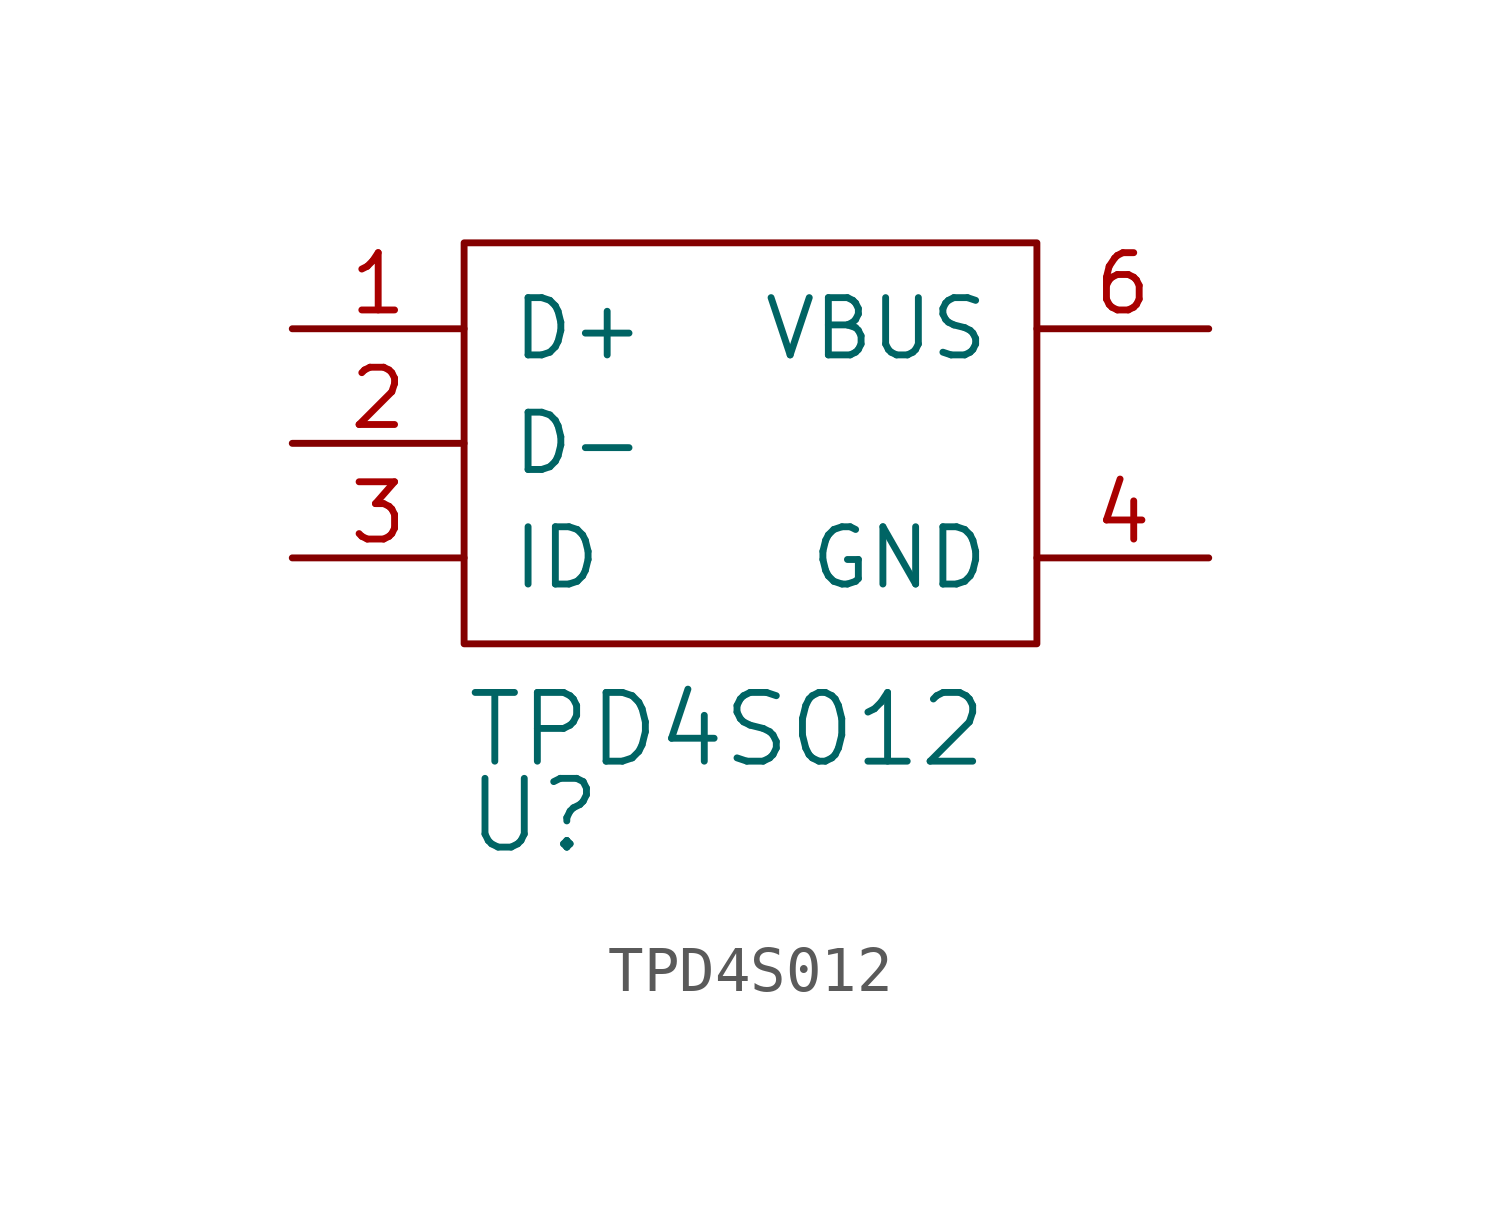
<source format=kicad_sym>
(kicad_symbol_lib
  (version 20211014)
  (generator kicad_symbol_editor)
  (symbol "TPD4S012"
    (pin_names
      (offset 1.016))
    (property "Reference" "U"
      (at -6.35 -8.255 0)
      (effects (font (size 1.524 1.524)) (justify left)))
    (property "Value" "TPD4S012"
      (at -6.35 -6.35 0)
      (effects (font (size 1.524 1.524)) (justify left)))
    (symbol "TPD4S012_0_1"
      (rectangle (start -6.35 4.445) (end 6.35 -4.445) (stroke (width 0) (type default) (color 0 0 0 0)) (fill (type none))))
    (symbol "TPD4S012_1_1"
      (pin passive line (at -10.16 2.54 0) (length 3.81) (name "D+" (effects (font (size 1.27 1.27)))) (number "1" (effects (font (size 1.27 1.27)))))
      (pin passive line (at -10.16 0 0) (length 3.81) (name "D-" (effects (font (size 1.27 1.27)))) (number "2" (effects (font (size 1.27 1.27)))))
      (pin passive line (at -10.16 -2.54 0) (length 3.81) (name "ID" (effects (font (size 1.27 1.27)))) (number "3" (effects (font (size 1.27 1.27)))))
      (pin passive line (at 10.16 -2.54 180) (length 3.81) (name "GND" (effects (font (size 1.27 1.27)))) (number "4" (effects (font (size 1.27 1.27)))))
      (pin passive line (at 10.16 2.54 180) (length 3.81) (name "VBUS" (effects (font (size 1.27 1.27)))) (number "6" (effects (font (size 1.27 1.27))))))))
</source>
